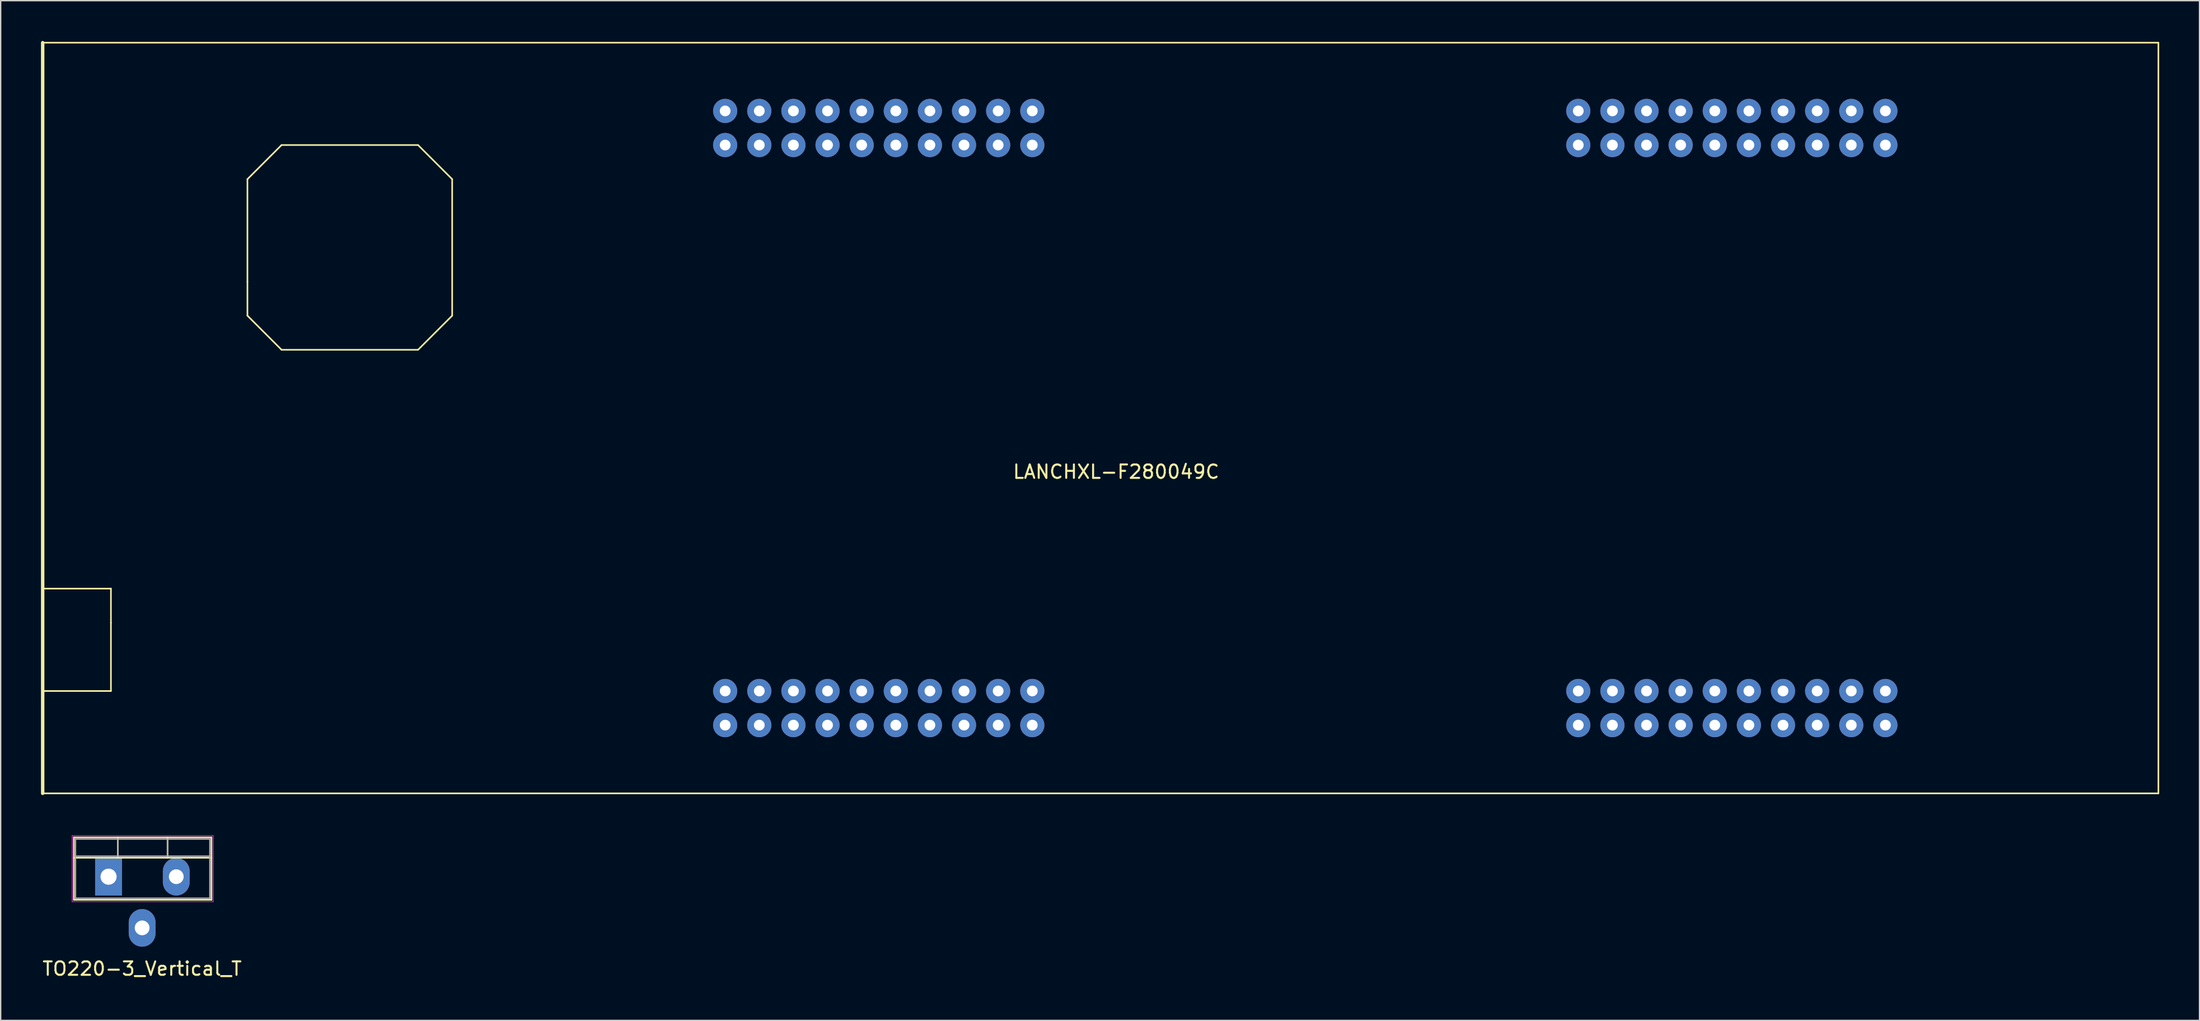
<source format=kicad_pcb>
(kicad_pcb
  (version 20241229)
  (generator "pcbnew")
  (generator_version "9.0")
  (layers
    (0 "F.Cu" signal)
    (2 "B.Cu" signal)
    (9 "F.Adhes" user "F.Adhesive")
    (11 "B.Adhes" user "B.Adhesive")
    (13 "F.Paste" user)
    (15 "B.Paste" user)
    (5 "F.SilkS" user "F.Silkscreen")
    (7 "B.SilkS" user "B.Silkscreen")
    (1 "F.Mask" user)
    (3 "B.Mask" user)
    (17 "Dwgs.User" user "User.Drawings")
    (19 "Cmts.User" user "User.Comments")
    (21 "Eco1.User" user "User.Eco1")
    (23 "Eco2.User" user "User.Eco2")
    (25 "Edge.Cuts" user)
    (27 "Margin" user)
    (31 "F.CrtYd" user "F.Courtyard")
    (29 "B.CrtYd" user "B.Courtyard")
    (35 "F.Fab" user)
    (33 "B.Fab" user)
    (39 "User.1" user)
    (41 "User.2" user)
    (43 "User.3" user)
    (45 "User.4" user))
  (footprint "TO220-3_Vertical_T"
    (layer "F.Cu")
    (at 7.53 66.019)
    (property "Reference" "TO220-3_Vertical_T" (at 0 3.04 0) (layer "F.SilkS") (effects (font (size 1 1) (thickness 0.15))))
    (attr through_hole)
    (fp_line (start -5.08 -6.73) (end -5.08 -2.089) (stroke (width 0.12) (type solid)) (layer "F.SilkS"))
    (fp_line (start -5.08 -6.73) (end 5.16 -6.73) (stroke (width 0.12) (type solid)) (layer "F.SilkS"))
    (fp_line (start -5.08 -5.22) (end 5.16 -5.22) (stroke (width 0.12) (type solid)) (layer "F.SilkS"))
    (fp_line (start -5.08 -2.089) (end 5.16 -2.089) (stroke (width 0.12) (type solid)) (layer "F.SilkS"))
    (fp_line (start -1.81 -6.73) (end -1.81 -5.22) (stroke (width 0.12) (type solid)) (layer "F.SilkS"))
    (fp_line (start 1.891 -6.73) (end 1.891 -5.22) (stroke (width 0.12) (type solid)) (layer "F.SilkS"))
    (fp_line (start 5.16 -6.73) (end 5.16 -2.089) (stroke (width 0.12) (type solid)) (layer "F.SilkS"))
    (fp_line (start -5.21 -6.86) (end -5.21 -1.95) (stroke (width 0.05) (type solid)) (layer "F.CrtYd"))
    (fp_line (start -5.21 -1.95) (end 5.29 -1.95) (stroke (width 0.05) (type solid)) (layer "F.CrtYd"))
    (fp_line (start 5.29 -6.86) (end -5.21 -6.86) (stroke (width 0.05) (type solid)) (layer "F.CrtYd"))
    (fp_line (start 5.29 -1.95) (end 5.29 -6.86) (stroke (width 0.05) (type solid)) (layer "F.CrtYd"))
    (fp_line (start -4.96 -6.61) (end -4.96 -2.21) (stroke (width 0.1) (type solid)) (layer "F.Fab"))
    (fp_line (start -4.96 -5.34) (end 5.04 -5.34) (stroke (width 0.1) (type solid)) (layer "F.Fab"))
    (fp_line (start -4.96 -2.21) (end 5.04 -2.21) (stroke (width 0.1) (type solid)) (layer "F.Fab"))
    (fp_line (start -1.81 -6.61) (end -1.81 -5.34) (stroke (width 0.1) (type solid)) (layer "F.Fab"))
    (fp_line (start 1.89 -6.61) (end 1.89 -5.34) (stroke (width 0.1) (type solid)) (layer "F.Fab"))
    (fp_line (start 5.04 -6.61) (end -4.96 -6.61) (stroke (width 0.1) (type solid)) (layer "F.Fab"))
    (fp_line (start 5.04 -2.21) (end 5.04 -6.61) (stroke (width 0.1) (type solid)) (layer "F.Fab"))
    (pad "1" thru_hole rect (at -2.5 -3.81) (size 2 2.8) (drill 1.2) (layers "*.Cu" "*.Mask"))
    (pad "2" thru_hole oval (at 0 0) (size 2 2.8) (drill 1.1) (layers "*.Cu" "*.Mask"))
    (pad "3" thru_hole oval (at 2.54 -3.81) (size 2 2.8) (drill 1.1) (layers "*.Cu" "*.Mask")))
  (footprint "LANCHXL-F280049C"
    (layer "F.Cu")
    (at 79.927 30.387)
    (property "Reference" "LANCHXL-F280049C" (at 0.1 1.68 0) (layer "F.SilkS") (effects (font (size 1 1) (thickness 0.15))))
    (attr through_hole)
    (fp_line (start -79.8 -30.26) (end 77.68 -30.26) (stroke (width 0.12) (type solid)) (layer "F.SilkS"))
    (fp_line (start -79.8 10.38) (end -74.72 10.38) (stroke (width 0.12) (type solid)) (layer "F.SilkS"))
    (fp_line (start -79.8 18) (end -79.8 10.38) (stroke (width 0.12) (type solid)) (layer "F.SilkS"))
    (fp_line (start -79.8 25.62) (end -79.8 -30.26) (stroke (width 0.254) (type solid)) (layer "F.SilkS"))
    (fp_line (start -74.72 10.38) (end -74.72 12.92) (stroke (width 0.12) (type solid)) (layer "F.SilkS"))
    (fp_line (start -74.72 12.92) (end -74.72 18) (stroke (width 0.12) (type solid)) (layer "F.SilkS"))
    (fp_line (start -74.72 18) (end -79.8 18) (stroke (width 0.12) (type solid)) (layer "F.SilkS"))
    (fp_line (start -64.56 -20.1) (end -64.56 -12.48) (stroke (width 0.12) (type solid)) (layer "F.SilkS"))
    (fp_line (start -64.56 -12.48) (end -64.56 -9.94) (stroke (width 0.12) (type solid)) (layer "F.SilkS"))
    (fp_line (start -64.56 -9.94) (end -62.02 -7.4) (stroke (width 0.12) (type solid)) (layer "F.SilkS"))
    (fp_line (start -62.02 -22.64) (end -64.56 -20.1) (stroke (width 0.12) (type solid)) (layer "F.SilkS"))
    (fp_line (start -51.86 -22.64) (end -62.02 -22.64) (stroke (width 0.12) (type solid)) (layer "F.SilkS"))
    (fp_line (start -51.86 -22.64) (end -49.32 -20.1) (stroke (width 0.12) (type solid)) (layer "F.SilkS"))
    (fp_line (start -51.86 -7.4) (end -62.02 -7.4) (stroke (width 0.12) (type solid)) (layer "F.SilkS"))
    (fp_line (start -49.32 -20.1) (end -49.32 -9.94) (stroke (width 0.12) (type solid)) (layer "F.SilkS"))
    (fp_line (start -49.32 -9.94) (end -51.86 -7.4) (stroke (width 0.12) (type solid)) (layer "F.SilkS"))
    (fp_line (start 77.68 -30.26) (end 77.68 25.62) (stroke (width 0.12) (type solid)) (layer "F.SilkS"))
    (fp_line (start 77.68 25.62) (end -79.8 25.62) (stroke (width 0.12) (type solid)) (layer "F.SilkS"))
    (pad "1" thru_hole circle (at -29 20.54) (size 1.8 1.8) (drill 0.8) (layers "*.Cu" "*.Mask"))
    (pad "2" thru_hole circle (at -26.46 20.54) (size 1.8 1.8) (drill 0.8) (layers "*.Cu" "*.Mask"))
    (pad "3" thru_hole circle (at -23.92 20.54) (size 1.8 1.8) (drill 0.8) (layers "*.Cu" "*.Mask"))
    (pad "4" thru_hole circle (at -21.38 20.54) (size 1.8 1.8) (drill 0.8) (layers "*.Cu" "*.Mask"))
    (pad "5" thru_hole circle (at -18.84 20.54) (size 1.8 1.8) (drill 0.8) (layers "*.Cu" "*.Mask"))
    (pad "6" thru_hole circle (at -16.3 20.54) (size 1.8 1.8) (drill 0.8) (layers "*.Cu" "*.Mask"))
    (pad "7" thru_hole circle (at -13.76 20.54) (size 1.8 1.8) (drill 0.8) (layers "*.Cu" "*.Mask"))
    (pad "8" thru_hole circle (at -11.22 20.54) (size 1.8 1.8) (drill 0.8) (layers "*.Cu" "*.Mask"))
    (pad "9" thru_hole circle (at -8.68 20.54) (size 1.8 1.8) (drill 0.8) (layers "*.Cu" "*.Mask"))
    (pad "10" thru_hole circle (at -6.14 20.54) (size 1.8 1.8) (drill 0.8) (layers "*.Cu" "*.Mask"))
    (pad "11" thru_hole circle (at -6.14 -25.18) (size 1.8 1.8) (drill 0.8) (layers "*.Cu" "*.Mask"))
    (pad "12" thru_hole circle (at -8.68 -25.18) (size 1.8 1.8) (drill 0.8) (layers "*.Cu" "*.Mask"))
    (pad "13" thru_hole circle (at -11.22 -25.18) (size 1.8 1.8) (drill 0.8) (layers "*.Cu" "*.Mask"))
    (pad "14" thru_hole circle (at -13.76 -25.18) (size 1.8 1.8) (drill 0.8) (layers "*.Cu" "*.Mask"))
    (pad "15" thru_hole circle (at -16.3 -25.18) (size 1.8 1.8) (drill 0.8) (layers "*.Cu" "*.Mask"))
    (pad "16" thru_hole circle (at -18.84 -25.18) (size 1.8 1.8) (drill 0.8) (layers "*.Cu" "*.Mask"))
    (pad "17" thru_hole circle (at -21.38 -25.18) (size 1.8 1.8) (drill 0.8) (layers "*.Cu" "*.Mask"))
    (pad "18" thru_hole circle (at -23.92 -25.18) (size 1.8 1.8) (drill 0.8) (layers "*.Cu" "*.Mask"))
    (pad "19" thru_hole circle (at -26.46 -25.18) (size 1.8 1.8) (drill 0.8) (layers "*.Cu" "*.Mask"))
    (pad "20" thru_hole circle (at -29 -25.18) (size 1.8 1.8) (drill 0.8) (layers "*.Cu" "*.Mask"))
    (pad "21" thru_hole circle (at -29 18) (size 1.8 1.8) (drill 0.8) (layers "*.Cu" "*.Mask"))
    (pad "22" thru_hole circle (at -26.46 18) (size 1.8 1.8) (drill 0.8) (layers "*.Cu" "*.Mask"))
    (pad "23" thru_hole circle (at -23.92 18) (size 1.8 1.8) (drill 0.8) (layers "*.Cu" "*.Mask"))
    (pad "24" thru_hole circle (at -21.38 18) (size 1.8 1.8) (drill 0.8) (layers "*.Cu" "*.Mask"))
    (pad "25" thru_hole circle (at -18.84 18) (size 1.8 1.8) (drill 0.8) (layers "*.Cu" "*.Mask"))
    (pad "26" thru_hole circle (at -16.3 18) (size 1.8 1.8) (drill 0.8) (layers "*.Cu" "*.Mask"))
    (pad "27" thru_hole circle (at -13.76 18) (size 1.8 1.8) (drill 0.8) (layers "*.Cu" "*.Mask"))
    (pad "28" thru_hole circle (at -11.22 18) (size 1.8 1.8) (drill 0.8) (layers "*.Cu" "*.Mask"))
    (pad "29" thru_hole circle (at -8.68 18) (size 1.8 1.8) (drill 0.8) (layers "*.Cu" "*.Mask"))
    (pad "30" thru_hole circle (at -6.14 18) (size 1.8 1.8) (drill 0.8) (layers "*.Cu" "*.Mask"))
    (pad "31" thru_hole circle (at -6.14 -22.64) (size 1.8 1.8) (drill 0.8) (layers "*.Cu" "*.Mask"))
    (pad "32" thru_hole circle (at -8.68 -22.64) (size 1.8 1.8) (drill 0.8) (layers "*.Cu" "*.Mask"))
    (pad "33" thru_hole circle (at -11.22 -22.64) (size 1.8 1.8) (drill 0.8) (layers "*.Cu" "*.Mask"))
    (pad "34" thru_hole circle (at -13.76 -22.64) (size 1.8 1.8) (drill 0.8) (layers "*.Cu" "*.Mask"))
    (pad "35" thru_hole circle (at -16.3 -22.64) (size 1.8 1.8) (drill 0.8) (layers "*.Cu" "*.Mask"))
    (pad "36" thru_hole circle (at -18.84 -22.64) (size 1.8 1.8) (drill 0.8) (layers "*.Cu" "*.Mask"))
    (pad "37" thru_hole circle (at -21.38 -22.64) (size 1.8 1.8) (drill 0.8) (layers "*.Cu" "*.Mask"))
    (pad "38" thru_hole circle (at -23.92 -22.64) (size 1.8 1.8) (drill 0.8) (layers "*.Cu" "*.Mask"))
    (pad "39" thru_hole circle (at -26.46 -22.64) (size 1.8 1.8) (drill 0.8) (layers "*.Cu" "*.Mask"))
    (pad "40" thru_hole circle (at -29 -22.64) (size 1.8 1.8) (drill 0.8) (layers "*.Cu" "*.Mask"))
    (pad "41" thru_hole circle (at 34.5 20.54) (size 1.8 1.8) (drill 0.8) (layers "*.Cu" "*.Mask"))
    (pad "42" thru_hole circle (at 37.04 20.54) (size 1.8 1.8) (drill 0.8) (layers "*.Cu" "*.Mask"))
    (pad "43" thru_hole circle (at 39.58 20.54) (size 1.8 1.8) (drill 0.8) (layers "*.Cu" "*.Mask"))
    (pad "44" thru_hole circle (at 42.12 20.54) (size 1.8 1.8) (drill 0.8) (layers "*.Cu" "*.Mask"))
    (pad "45" thru_hole circle (at 44.66 20.54) (size 1.8 1.8) (drill 0.8) (layers "*.Cu" "*.Mask"))
    (pad "46" thru_hole circle (at 47.2 20.54) (size 1.8 1.8) (drill 0.8) (layers "*.Cu" "*.Mask"))
    (pad "47" thru_hole circle (at 49.74 20.54) (size 1.8 1.8) (drill 0.8) (layers "*.Cu" "*.Mask"))
    (pad "48" thru_hole circle (at 52.28 20.54) (size 1.8 1.8) (drill 0.8) (layers "*.Cu" "*.Mask"))
    (pad "49" thru_hole circle (at 54.82 20.54) (size 1.8 1.8) (drill 0.8) (layers "*.Cu" "*.Mask"))
    (pad "50" thru_hole circle (at 57.36 20.54) (size 1.8 1.8) (drill 0.8) (layers "*.Cu" "*.Mask"))
    (pad "51" thru_hole circle (at 57.36 -25.18) (size 1.8 1.8) (drill 0.8) (layers "*.Cu" "*.Mask"))
    (pad "52" thru_hole circle (at 54.82 -25.18) (size 1.8 1.8) (drill 0.8) (layers "*.Cu" "*.Mask"))
    (pad "53" thru_hole circle (at 52.28 -25.18) (size 1.8 1.8) (drill 0.8) (layers "*.Cu" "*.Mask"))
    (pad "54" thru_hole circle (at 49.74 -25.18) (size 1.8 1.8) (drill 0.8) (layers "*.Cu" "*.Mask"))
    (pad "55" thru_hole circle (at 47.2 -25.18) (size 1.8 1.8) (drill 0.8) (layers "*.Cu" "*.Mask"))
    (pad "56" thru_hole circle (at 44.66 -25.18) (size 1.8 1.8) (drill 0.8) (layers "*.Cu" "*.Mask"))
    (pad "57" thru_hole circle (at 42.12 -25.18) (size 1.8 1.8) (drill 0.8) (layers "*.Cu" "*.Mask"))
    (pad "58" thru_hole circle (at 39.58 -25.18) (size 1.8 1.8) (drill 0.8) (layers "*.Cu" "*.Mask"))
    (pad "59" thru_hole circle (at 37.04 -25.18) (size 1.8 1.8) (drill 0.8) (layers "*.Cu" "*.Mask"))
    (pad "60" thru_hole circle (at 34.5 -25.18) (size 1.8 1.8) (drill 0.8) (layers "*.Cu" "*.Mask"))
    (pad "61" thru_hole circle (at 34.5 18) (size 1.8 1.8) (drill 0.8) (layers "*.Cu" "*.Mask"))
    (pad "62" thru_hole circle (at 37.04 18) (size 1.8 1.8) (drill 0.8) (layers "*.Cu" "*.Mask"))
    (pad "63" thru_hole circle (at 39.58 18) (size 1.8 1.8) (drill 0.8) (layers "*.Cu" "*.Mask"))
    (pad "64" thru_hole circle (at 42.12 18) (size 1.8 1.8) (drill 0.8) (layers "*.Cu" "*.Mask"))
    (pad "65" thru_hole circle (at 44.66 18) (size 1.8 1.8) (drill 0.8) (layers "*.Cu" "*.Mask"))
    (pad "66" thru_hole circle (at 47.2 18) (size 1.8 1.8) (drill 0.8) (layers "*.Cu" "*.Mask"))
    (pad "67" thru_hole circle (at 49.74 18) (size 1.8 1.8) (drill 0.8) (layers "*.Cu" "*.Mask"))
    (pad "68" thru_hole circle (at 52.28 18) (size 1.8 1.8) (drill 0.8) (layers "*.Cu" "*.Mask"))
    (pad "69" thru_hole circle (at 54.82 18) (size 1.8 1.8) (drill 0.8) (layers "*.Cu" "*.Mask"))
    (pad "70" thru_hole circle (at 57.36 18) (size 1.8 1.8) (drill 0.8) (layers "*.Cu" "*.Mask"))
    (pad "71" thru_hole circle (at 57.36 -22.64) (size 1.8 1.8) (drill 0.8) (layers "*.Cu" "*.Mask"))
    (pad "72" thru_hole circle (at 54.82 -22.64) (size 1.8 1.8) (drill 0.8) (layers "*.Cu" "*.Mask"))
    (pad "73" thru_hole circle (at 52.28 -22.64) (size 1.8 1.8) (drill 0.8) (layers "*.Cu" "*.Mask"))
    (pad "74" thru_hole circle (at 49.74 -22.64) (size 1.8 1.8) (drill 0.8) (layers "*.Cu" "*.Mask"))
    (pad "75" thru_hole circle (at 47.2 -22.64) (size 1.8 1.8) (drill 0.8) (layers "*.Cu" "*.Mask"))
    (pad "76" thru_hole circle (at 44.66 -22.64) (size 1.8 1.8) (drill 0.8) (layers "*.Cu" "*.Mask"))
    (pad "77" thru_hole circle (at 42.12 -22.64) (size 1.8 1.8) (drill 0.8) (layers "*.Cu" "*.Mask"))
    (pad "78" thru_hole circle (at 39.58 -22.64) (size 1.8 1.8) (drill 0.8) (layers "*.Cu" "*.Mask"))
    (pad "79" thru_hole circle (at 37.04 -22.64) (size 1.8 1.8) (drill 0.8) (layers "*.Cu" "*.Mask"))
    (pad "80" thru_hole circle (at 34.5 -22.64) (size 1.8 1.8) (drill 0.8) (layers "*.Cu" "*.Mask")))
  (gr_rect
    (start -3 -3)
    (end 160.667 72.907)
    (stroke (width 0.1) (type default))
    (fill no)
    (layer "Edge.Cuts")))
</source>
